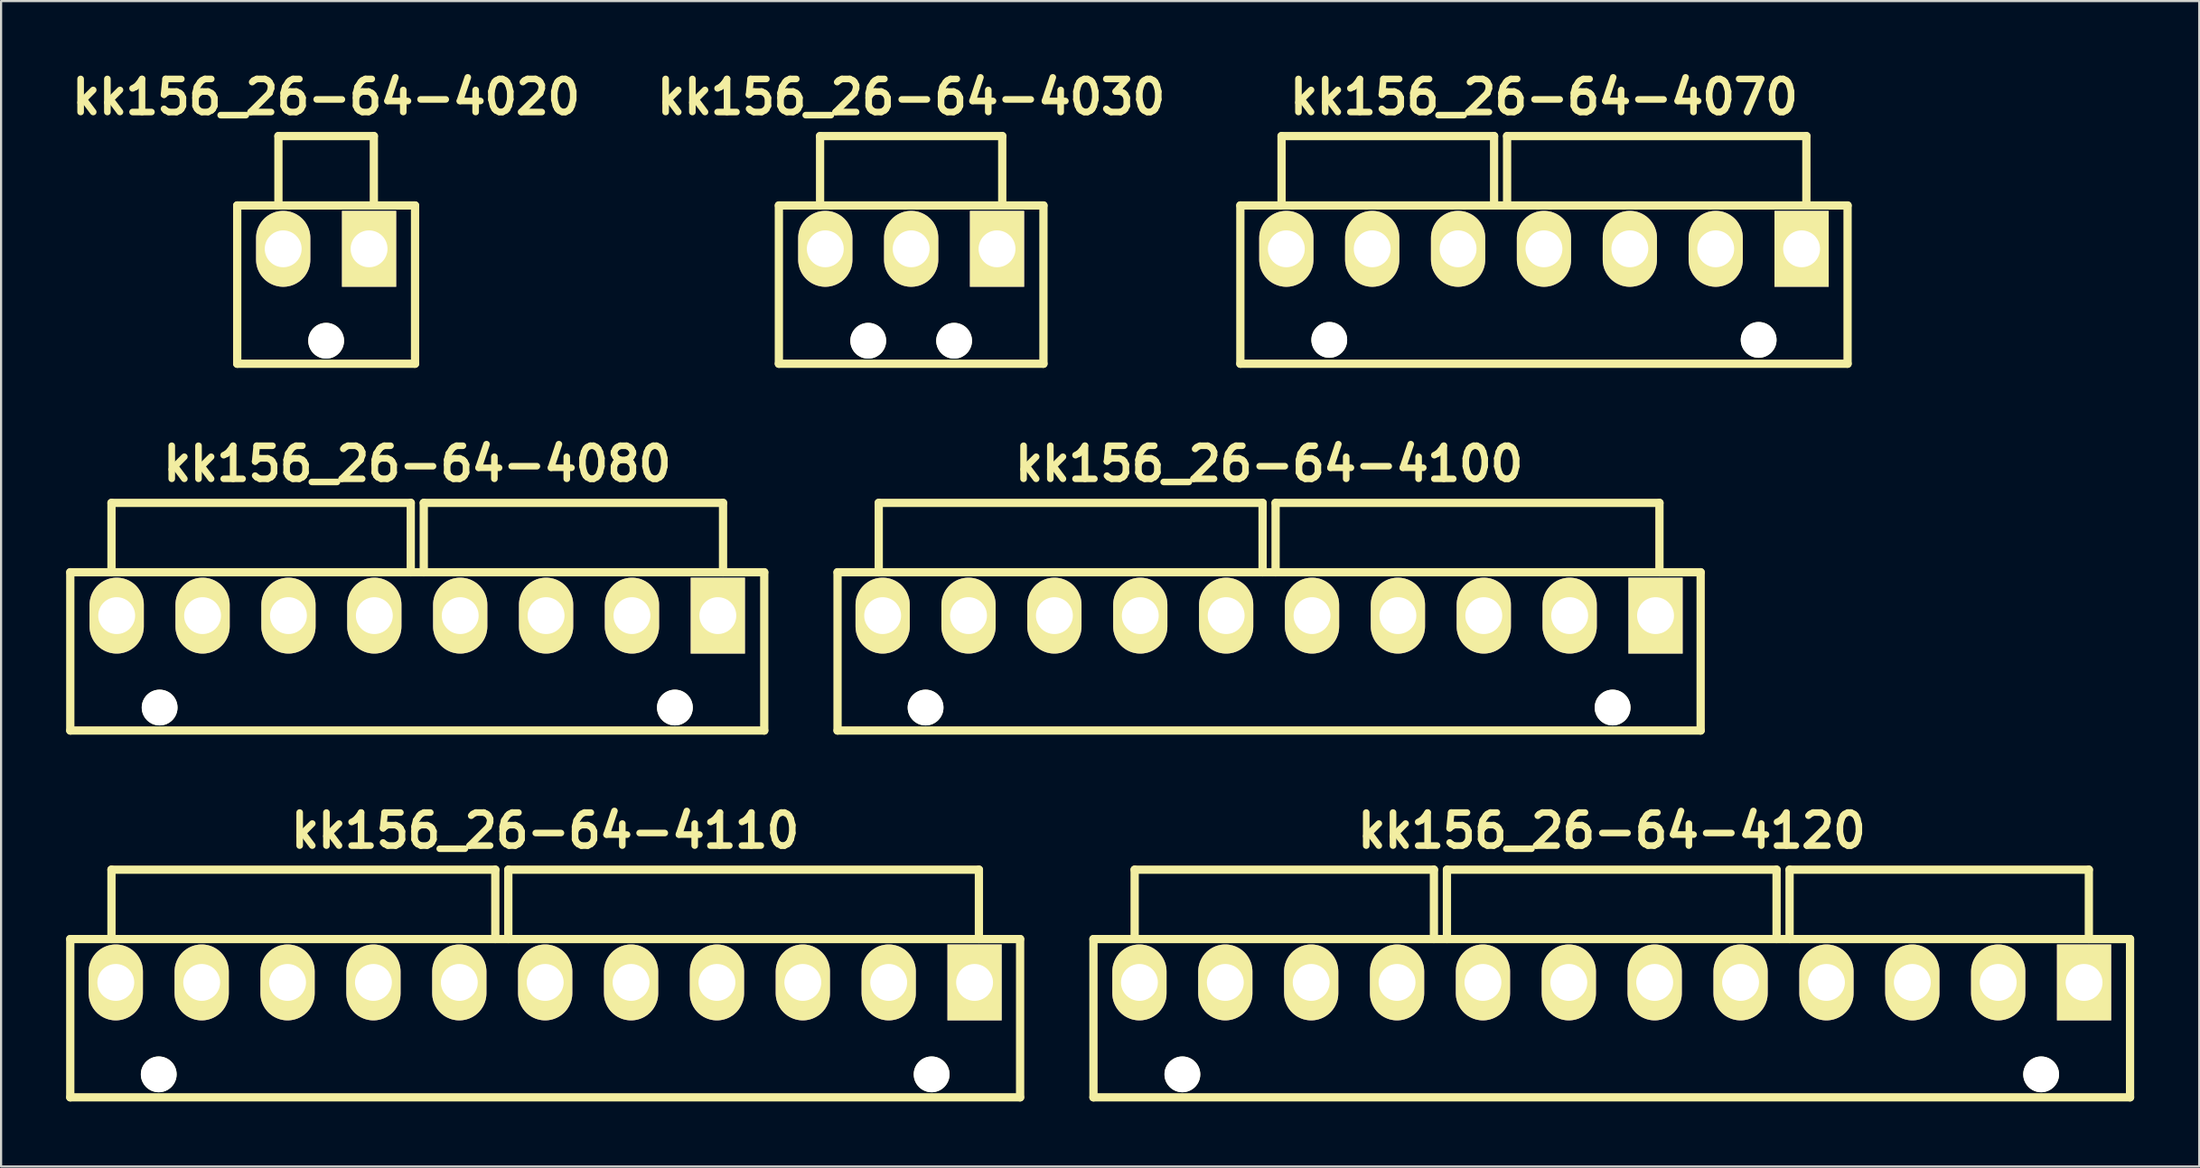
<source format=kicad_pcb>
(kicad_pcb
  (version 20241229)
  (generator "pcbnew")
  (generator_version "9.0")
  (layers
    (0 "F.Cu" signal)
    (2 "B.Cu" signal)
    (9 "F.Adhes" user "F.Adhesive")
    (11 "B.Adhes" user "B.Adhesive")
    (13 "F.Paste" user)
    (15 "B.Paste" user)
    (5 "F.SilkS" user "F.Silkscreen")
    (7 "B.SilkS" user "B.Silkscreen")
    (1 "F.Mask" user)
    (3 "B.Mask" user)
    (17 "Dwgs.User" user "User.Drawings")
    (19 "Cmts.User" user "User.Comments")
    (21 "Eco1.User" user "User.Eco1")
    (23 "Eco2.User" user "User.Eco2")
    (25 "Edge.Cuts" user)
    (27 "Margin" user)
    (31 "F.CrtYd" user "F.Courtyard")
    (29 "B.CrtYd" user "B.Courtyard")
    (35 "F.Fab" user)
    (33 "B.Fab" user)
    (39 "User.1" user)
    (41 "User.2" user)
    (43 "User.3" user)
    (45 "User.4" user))
  (footprint "kk156_26-64-4080"
    (layer "F.Cu")
    (at 16.191 25.343)
    (property "Reference" "kk156_26-64-4080" (at 0 -7 0) (layer "F.SilkS") (effects (font (size 1.524 1.524) (thickness 0.305))))
    (attr through_hole)
    (fp_line (start -16 -2) (end 16 -2) (stroke (width 0.381) (type solid)) (layer "F.SilkS"))
    (fp_line (start -16 5.3) (end -16 -2) (stroke (width 0.381) (type solid)) (layer "F.SilkS"))
    (fp_line (start -16 5.3) (end 16 5.3) (stroke (width 0.381) (type solid)) (layer "F.SilkS"))
    (fp_line (start -14.1 -2) (end -14.1 -5.2) (stroke (width 0.381) (type solid)) (layer "F.SilkS"))
    (fp_line (start -0.3 -5.2) (end -14.1 -5.2) (stroke (width 0.381) (type solid)) (layer "F.SilkS"))
    (fp_line (start -0.3 -2) (end -0.3 -5.2) (stroke (width 0.381) (type solid)) (layer "F.SilkS"))
    (fp_line (start 0.3 -5.2) (end 14.1 -5.2) (stroke (width 0.381) (type solid)) (layer "F.SilkS"))
    (fp_line (start 0.3 -2) (end 0.3 -5.2) (stroke (width 0.381) (type solid)) (layer "F.SilkS"))
    (fp_line (start 14.1 -5.2) (end 14.1 -2) (stroke (width 0.381) (type solid)) (layer "F.SilkS"))
    (fp_line (start 16 -2) (end 16 5.3) (stroke (width 0.381) (type solid)) (layer "F.SilkS"))
    (pad "" np_thru_hole circle (at -11.88 4.24) (size 1.65 1.65) (drill 1.65) (layers "*.Cu" "F.SilkS"))
    (pad "" np_thru_hole circle (at 11.88 4.24) (size 1.65 1.65) (drill 1.65) (layers "*.Cu" "F.SilkS"))
    (pad "1" thru_hole rect (at 13.86 0) (size 2.5 3.5) (drill 1.7) (layers "*.Cu" "*.Mask" "F.SilkS"))
    (pad "2" thru_hole oval (at 9.9 0) (size 2.5 3.5) (drill 1.7) (layers "*.Cu" "*.Mask" "F.SilkS"))
    (pad "3" thru_hole oval (at 5.94 0) (size 2.5 3.5) (drill 1.7) (layers "*.Cu" "*.Mask" "F.SilkS"))
    (pad "4" thru_hole oval (at 1.98 0) (size 2.5 3.5) (drill 1.7) (layers "*.Cu" "*.Mask" "F.SilkS"))
    (pad "5" thru_hole oval (at -1.98 0) (size 2.5 3.5) (drill 1.7) (layers "*.Cu" "*.Mask" "F.SilkS"))
    (pad "6" thru_hole oval (at -5.94 0) (size 2.5 3.5) (drill 1.7) (layers "*.Cu" "*.Mask" "F.SilkS"))
    (pad "7" thru_hole oval (at -9.9 0) (size 2.5 3.5) (drill 1.7) (layers "*.Cu" "*.Mask" "F.SilkS"))
    (pad "8" thru_hole oval (at -13.86 0) (size 2.5 3.5) (drill 1.7) (layers "*.Cu" "*.Mask" "F.SilkS")))
  (footprint "kk156_26-64-4020"
    (layer "F.Cu")
    (at 11.989 8.426)
    (property "Reference" "kk156_26-64-4020" (at 0 -7 0) (layer "F.SilkS") (effects (font (size 1.524 1.524) (thickness 0.305))))
    (attr through_hole)
    (fp_line (start -4.1 -2) (end 4.1 -2) (stroke (width 0.381) (type solid)) (layer "F.SilkS"))
    (fp_line (start -4.1 5.3) (end -4.1 -2) (stroke (width 0.381) (type solid)) (layer "F.SilkS"))
    (fp_line (start -4.1 5.3) (end 4.1 5.3) (stroke (width 0.381) (type solid)) (layer "F.SilkS"))
    (fp_line (start -2.2 -5.2) (end 2.2 -5.2) (stroke (width 0.381) (type solid)) (layer "F.SilkS"))
    (fp_line (start -2.2 -2) (end -2.2 -5.2) (stroke (width 0.381) (type solid)) (layer "F.SilkS"))
    (fp_line (start 2.2 -5.2) (end 2.2 -2) (stroke (width 0.381) (type solid)) (layer "F.SilkS"))
    (fp_line (start 4.1 -2) (end 4.1 5.3) (stroke (width 0.381) (type solid)) (layer "F.SilkS"))
    (pad "" np_thru_hole circle (at 0 4.24) (size 1.65 1.65) (drill 1.65) (layers "*.Cu" "*.Mask" "F.SilkS"))
    (pad "1" thru_hole rect (at 1.98 0) (size 2.5 3.5) (drill 1.7) (layers "*.Cu" "*.Mask" "F.SilkS"))
    (pad "2" thru_hole oval (at -1.98 0) (size 2.5 3.5) (drill 1.7) (layers "*.Cu" "*.Mask" "F.SilkS")))
  (footprint "kk156_26-64-4110"
    (layer "F.Cu")
    (at 22.09 42.26)
    (property "Reference" "kk156_26-64-4110" (at 0 -7 0) (layer "F.SilkS") (effects (font (size 1.524 1.524) (thickness 0.305))))
    (attr through_hole)
    (fp_line (start -21.9 -2) (end 21.9 -2) (stroke (width 0.381) (type solid)) (layer "F.SilkS"))
    (fp_line (start -21.9 5.3) (end -21.9 -2) (stroke (width 0.381) (type solid)) (layer "F.SilkS"))
    (fp_line (start -21.9 5.3) (end 21.9 5.3) (stroke (width 0.381) (type solid)) (layer "F.SilkS"))
    (fp_line (start -20 -2) (end -20 -5.2) (stroke (width 0.381) (type solid)) (layer "F.SilkS"))
    (fp_line (start -2.3 -5.2) (end -20 -5.2) (stroke (width 0.381) (type solid)) (layer "F.SilkS"))
    (fp_line (start -2.3 -2) (end -2.3 -5.2) (stroke (width 0.381) (type solid)) (layer "F.SilkS"))
    (fp_line (start -1.7 -5.2) (end 20 -5.2) (stroke (width 0.381) (type solid)) (layer "F.SilkS"))
    (fp_line (start -1.7 -2) (end -1.7 -5.2) (stroke (width 0.381) (type solid)) (layer "F.SilkS"))
    (fp_line (start 20 -5.2) (end 20 -2) (stroke (width 0.381) (type solid)) (layer "F.SilkS"))
    (fp_line (start 21.9 -2) (end 21.9 5.3) (stroke (width 0.381) (type solid)) (layer "F.SilkS"))
    (pad "" np_thru_hole circle (at -17.82 4.24) (size 1.65 1.65) (drill 1.65) (layers "*.Cu" "F.SilkS"))
    (pad "" np_thru_hole circle (at 17.82 4.24) (size 1.65 1.65) (drill 1.65) (layers "*.Cu" "F.SilkS"))
    (pad "1" thru_hole rect (at 19.8 0) (size 2.5 3.5) (drill 1.7) (layers "*.Cu" "*.Mask" "F.SilkS"))
    (pad "2" thru_hole oval (at 15.84 0) (size 2.5 3.5) (drill 1.7) (layers "*.Cu" "*.Mask" "F.SilkS"))
    (pad "3" thru_hole oval (at 11.88 0) (size 2.5 3.5) (drill 1.7) (layers "*.Cu" "*.Mask" "F.SilkS"))
    (pad "4" thru_hole oval (at 7.92 0) (size 2.5 3.5) (drill 1.7) (layers "*.Cu" "*.Mask" "F.SilkS"))
    (pad "5" thru_hole oval (at 3.96 0) (size 2.5 3.5) (drill 1.7) (layers "*.Cu" "*.Mask" "F.SilkS"))
    (pad "6" thru_hole oval (at 0 0) (size 2.5 3.5) (drill 1.7) (layers "*.Cu" "*.Mask" "F.SilkS"))
    (pad "7" thru_hole oval (at -3.96 0) (size 2.5 3.5) (drill 1.7) (layers "*.Cu" "*.Mask" "F.SilkS"))
    (pad "8" thru_hole oval (at -7.92 0) (size 2.5 3.5) (drill 1.7) (layers "*.Cu" "*.Mask" "F.SilkS"))
    (pad "9" thru_hole oval (at -11.88 0) (size 2.5 3.5) (drill 1.7) (layers "*.Cu" "*.Mask" "F.SilkS"))
    (pad "10" thru_hole oval (at -15.84 0) (size 2.5 3.5) (drill 1.7) (layers "*.Cu" "*.Mask" "F.SilkS"))
    (pad "11" thru_hole oval (at -19.8 0) (size 2.5 3.5) (drill 1.7) (layers "*.Cu" "*.Mask" "F.SilkS")))
  (footprint "kk156_26-64-4120"
    (layer "F.Cu")
    (at 71.272 42.26)
    (property "Reference" "kk156_26-64-4120" (at 0 -7 0) (layer "F.SilkS") (effects (font (size 1.524 1.524) (thickness 0.305))))
    (attr through_hole)
    (fp_line (start -23.9 -2) (end 23.9 -2) (stroke (width 0.381) (type solid)) (layer "F.SilkS"))
    (fp_line (start -23.9 5.3) (end -23.9 -2) (stroke (width 0.381) (type solid)) (layer "F.SilkS"))
    (fp_line (start -23.9 5.3) (end 23.9 5.3) (stroke (width 0.381) (type solid)) (layer "F.SilkS"))
    (fp_line (start -22 -2) (end -22 -5.2) (stroke (width 0.381) (type solid)) (layer "F.SilkS"))
    (fp_line (start -8.2 -5.2) (end -22 -5.2) (stroke (width 0.381) (type solid)) (layer "F.SilkS"))
    (fp_line (start -8.2 -2) (end -8.2 -5.2) (stroke (width 0.381) (type solid)) (layer "F.SilkS"))
    (fp_line (start -7.6 -5.2) (end 7.6 -5.2) (stroke (width 0.381) (type solid)) (layer "F.SilkS"))
    (fp_line (start -7.6 -2) (end -7.6 -5.2) (stroke (width 0.381) (type solid)) (layer "F.SilkS"))
    (fp_line (start 7.6 -5.2) (end 7.6 -2) (stroke (width 0.381) (type solid)) (layer "F.SilkS"))
    (fp_line (start 8.2 -5.2) (end 22 -5.2) (stroke (width 0.381) (type solid)) (layer "F.SilkS"))
    (fp_line (start 8.2 -2) (end 8.2 -5.2) (stroke (width 0.381) (type solid)) (layer "F.SilkS"))
    (fp_line (start 22 -5.2) (end 22 -2) (stroke (width 0.381) (type solid)) (layer "F.SilkS"))
    (fp_line (start 23.9 -2) (end 23.9 5.3) (stroke (width 0.381) (type solid)) (layer "F.SilkS"))
    (pad "" np_thru_hole circle (at -19.8 4.24) (size 1.65 1.65) (drill 1.65) (layers "*.Cu" "F.SilkS"))
    (pad "" np_thru_hole circle (at 19.8 4.24) (size 1.65 1.65) (drill 1.65) (layers "*.Cu" "F.SilkS"))
    (pad "1" thru_hole rect (at 21.78 0) (size 2.5 3.5) (drill 1.7) (layers "*.Cu" "*.Mask" "F.SilkS"))
    (pad "2" thru_hole oval (at 17.82 0) (size 2.5 3.5) (drill 1.7) (layers "*.Cu" "*.Mask" "F.SilkS"))
    (pad "3" thru_hole oval (at 13.86 0) (size 2.5 3.5) (drill 1.7) (layers "*.Cu" "*.Mask" "F.SilkS"))
    (pad "4" thru_hole oval (at 9.9 0) (size 2.5 3.5) (drill 1.7) (layers "*.Cu" "*.Mask" "F.SilkS"))
    (pad "5" thru_hole oval (at 5.94 0) (size 2.5 3.5) (drill 1.7) (layers "*.Cu" "*.Mask" "F.SilkS"))
    (pad "6" thru_hole oval (at 1.98 0) (size 2.5 3.5) (drill 1.7) (layers "*.Cu" "*.Mask" "F.SilkS"))
    (pad "7" thru_hole oval (at -1.98 0) (size 2.5 3.5) (drill 1.7) (layers "*.Cu" "*.Mask" "F.SilkS"))
    (pad "8" thru_hole oval (at -5.94 0) (size 2.5 3.5) (drill 1.7) (layers "*.Cu" "*.Mask" "F.SilkS"))
    (pad "9" thru_hole oval (at -9.9 0) (size 2.5 3.5) (drill 1.7) (layers "*.Cu" "*.Mask" "F.SilkS"))
    (pad "10" thru_hole oval (at -13.86 0) (size 2.5 3.5) (drill 1.7) (layers "*.Cu" "*.Mask" "F.SilkS"))
    (pad "11" thru_hole oval (at -17.82 0) (size 2.5 3.5) (drill 1.7) (layers "*.Cu" "*.Mask" "F.SilkS"))
    (pad "12" thru_hole oval (at -21.78 0) (size 2.5 3.5) (drill 1.7) (layers "*.Cu" "*.Mask" "F.SilkS")))
  (footprint "kk156_26-64-4070"
    (layer "F.Cu")
    (at 68.146 8.426)
    (property "Reference" "kk156_26-64-4070" (at 0 -7 0) (layer "F.SilkS") (effects (font (size 1.524 1.524) (thickness 0.305))))
    (attr through_hole)
    (fp_line (start -14 -2) (end 14 -2) (stroke (width 0.381) (type solid)) (layer "F.SilkS"))
    (fp_line (start -14 5.3) (end -14 -2) (stroke (width 0.381) (type solid)) (layer "F.SilkS"))
    (fp_line (start -14 5.3) (end 14 5.3) (stroke (width 0.381) (type solid)) (layer "F.SilkS"))
    (fp_line (start -12.1 -2) (end -12.1 -5.2) (stroke (width 0.381) (type solid)) (layer "F.SilkS"))
    (fp_line (start -2.3 -5.2) (end -12.1 -5.2) (stroke (width 0.381) (type solid)) (layer "F.SilkS"))
    (fp_line (start -2.3 -2) (end -2.3 -5.2) (stroke (width 0.381) (type solid)) (layer "F.SilkS"))
    (fp_line (start -1.7 -5.2) (end 12.1 -5.2) (stroke (width 0.381) (type solid)) (layer "F.SilkS"))
    (fp_line (start -1.7 -2) (end -1.7 -5.2) (stroke (width 0.381) (type solid)) (layer "F.SilkS"))
    (fp_line (start 12.1 -5.2) (end 12.1 -2) (stroke (width 0.381) (type solid)) (layer "F.SilkS"))
    (fp_line (start 14 -2) (end 14 5.3) (stroke (width 0.381) (type solid)) (layer "F.SilkS"))
    (pad "" np_thru_hole circle (at -9.9 4.2) (size 1.65 1.65) (drill 1.65) (layers "*.Cu" "F.SilkS"))
    (pad "" np_thru_hole circle (at 9.9 4.2) (size 1.65 1.65) (drill 1.65) (layers "*.Cu" "F.SilkS"))
    (pad "1" thru_hole rect (at 11.88 0) (size 2.5 3.5) (drill 1.7) (layers "*.Cu" "*.Mask" "F.SilkS"))
    (pad "2" thru_hole oval (at 7.92 0) (size 2.5 3.5) (drill 1.7) (layers "*.Cu" "*.Mask" "F.SilkS"))
    (pad "3" thru_hole oval (at 3.96 0) (size 2.5 3.5) (drill 1.7) (layers "*.Cu" "*.Mask" "F.SilkS"))
    (pad "4" thru_hole oval (at 0 0) (size 2.5 3.5) (drill 1.7) (layers "*.Cu" "*.Mask" "F.SilkS"))
    (pad "5" thru_hole oval (at -3.96 0) (size 2.5 3.5) (drill 1.7) (layers "*.Cu" "*.Mask" "F.SilkS"))
    (pad "6" thru_hole oval (at -7.92 0) (size 2.5 3.5) (drill 1.7) (layers "*.Cu" "*.Mask" "F.SilkS"))
    (pad "7" thru_hole oval (at -11.88 0) (size 2.5 3.5) (drill 1.7) (layers "*.Cu" "*.Mask" "F.SilkS")))
  (footprint "kk156_26-64-4030"
    (layer "F.Cu")
    (at 38.966 8.426)
    (property "Reference" "kk156_26-64-4030" (at 0 -7 0) (layer "F.SilkS") (effects (font (size 1.524 1.524) (thickness 0.305))))
    (attr through_hole)
    (fp_line (start -6.1 -2) (end 6.1 -2) (stroke (width 0.381) (type solid)) (layer "F.SilkS"))
    (fp_line (start -6.1 5.3) (end -6.1 -2) (stroke (width 0.381) (type solid)) (layer "F.SilkS"))
    (fp_line (start -6.1 5.3) (end 6.1 5.3) (stroke (width 0.381) (type solid)) (layer "F.SilkS"))
    (fp_line (start -4.2 -5.2) (end 4.2 -5.2) (stroke (width 0.381) (type solid)) (layer "F.SilkS"))
    (fp_line (start -4.2 -2) (end -4.2 -5.2) (stroke (width 0.381) (type solid)) (layer "F.SilkS"))
    (fp_line (start 4.2 -5.2) (end 4.2 -2) (stroke (width 0.381) (type solid)) (layer "F.SilkS"))
    (fp_line (start 6.1 -2) (end 6.1 5.3) (stroke (width 0.381) (type solid)) (layer "F.SilkS"))
    (pad "" np_thru_hole circle (at -1.98 4.24) (size 1.65 1.65) (drill 1.65) (layers "*.Cu" "F.SilkS"))
    (pad "" np_thru_hole circle (at 1.98 4.24) (size 1.65 1.65) (drill 1.65) (layers "*.Cu" "F.SilkS"))
    (pad "1" thru_hole rect (at 3.96 0) (size 2.5 3.5) (drill 1.7) (layers "*.Cu" "*.Mask" "F.SilkS"))
    (pad "2" thru_hole oval (at 0 0) (size 2.5 3.5) (drill 1.7) (layers "*.Cu" "*.Mask" "F.SilkS"))
    (pad "3" thru_hole oval (at -3.96 0) (size 2.5 3.5) (drill 1.7) (layers "*.Cu" "*.Mask" "F.SilkS")))
  (footprint "kk156_26-64-4100"
    (layer "F.Cu")
    (at 55.471 25.343)
    (property "Reference" "kk156_26-64-4100" (at 0 -7 0) (layer "F.SilkS") (effects (font (size 1.524 1.524) (thickness 0.305))))
    (attr through_hole)
    (fp_line (start -19.9 -2) (end 19.9 -2) (stroke (width 0.381) (type solid)) (layer "F.SilkS"))
    (fp_line (start -19.9 5.3) (end -19.9 -2) (stroke (width 0.381) (type solid)) (layer "F.SilkS"))
    (fp_line (start -19.9 5.3) (end 19.9 5.3) (stroke (width 0.381) (type solid)) (layer "F.SilkS"))
    (fp_line (start -18 -2) (end -18 -5.2) (stroke (width 0.381) (type solid)) (layer "F.SilkS"))
    (fp_line (start -0.3 -5.2) (end -18 -5.2) (stroke (width 0.381) (type solid)) (layer "F.SilkS"))
    (fp_line (start -0.3 -2) (end -0.3 -5.2) (stroke (width 0.381) (type solid)) (layer "F.SilkS"))
    (fp_line (start 0.3 -5.2) (end 18 -5.2) (stroke (width 0.381) (type solid)) (layer "F.SilkS"))
    (fp_line (start 0.3 -2) (end 0.3 -5.2) (stroke (width 0.381) (type solid)) (layer "F.SilkS"))
    (fp_line (start 18 -5.2) (end 18 -2) (stroke (width 0.381) (type solid)) (layer "F.SilkS"))
    (fp_line (start 19.9 -2) (end 19.9 5.3) (stroke (width 0.381) (type solid)) (layer "F.SilkS"))
    (pad "" np_thru_hole circle (at -15.84 4.24) (size 1.65 1.65) (drill 1.65) (layers "*.Cu" "F.SilkS"))
    (pad "" np_thru_hole circle (at 15.84 4.24) (size 1.65 1.65) (drill 1.65) (layers "*.Cu" "F.SilkS"))
    (pad "1" thru_hole rect (at 17.82 0) (size 2.5 3.5) (drill 1.7) (layers "*.Cu" "*.Mask" "F.SilkS"))
    (pad "2" thru_hole oval (at 13.86 0) (size 2.5 3.5) (drill 1.7) (layers "*.Cu" "*.Mask" "F.SilkS"))
    (pad "3" thru_hole oval (at 9.9 0) (size 2.5 3.5) (drill 1.7) (layers "*.Cu" "*.Mask" "F.SilkS"))
    (pad "4" thru_hole oval (at 5.94 0) (size 2.5 3.5) (drill 1.7) (layers "*.Cu" "*.Mask" "F.SilkS"))
    (pad "5" thru_hole oval (at 1.98 0) (size 2.5 3.5) (drill 1.7) (layers "*.Cu" "*.Mask" "F.SilkS"))
    (pad "6" thru_hole oval (at -1.98 0) (size 2.5 3.5) (drill 1.7) (layers "*.Cu" "*.Mask" "F.SilkS"))
    (pad "7" thru_hole oval (at -5.94 0) (size 2.5 3.5) (drill 1.7) (layers "*.Cu" "*.Mask" "F.SilkS"))
    (pad "8" thru_hole oval (at -9.9 0) (size 2.5 3.5) (drill 1.7) (layers "*.Cu" "*.Mask" "F.SilkS"))
    (pad "9" thru_hole oval (at -13.86 0) (size 2.5 3.5) (drill 1.7) (layers "*.Cu" "*.Mask" "F.SilkS"))
    (pad "10" thru_hole oval (at -17.82 0) (size 2.5 3.5) (drill 1.7) (layers "*.Cu" "*.Mask" "F.SilkS")))
  (gr_rect
    (start -3 -3)
    (end 98.362 50.751)
    (stroke (width 0.1) (type default))
    (fill no)
    (layer "Edge.Cuts")))
</source>
